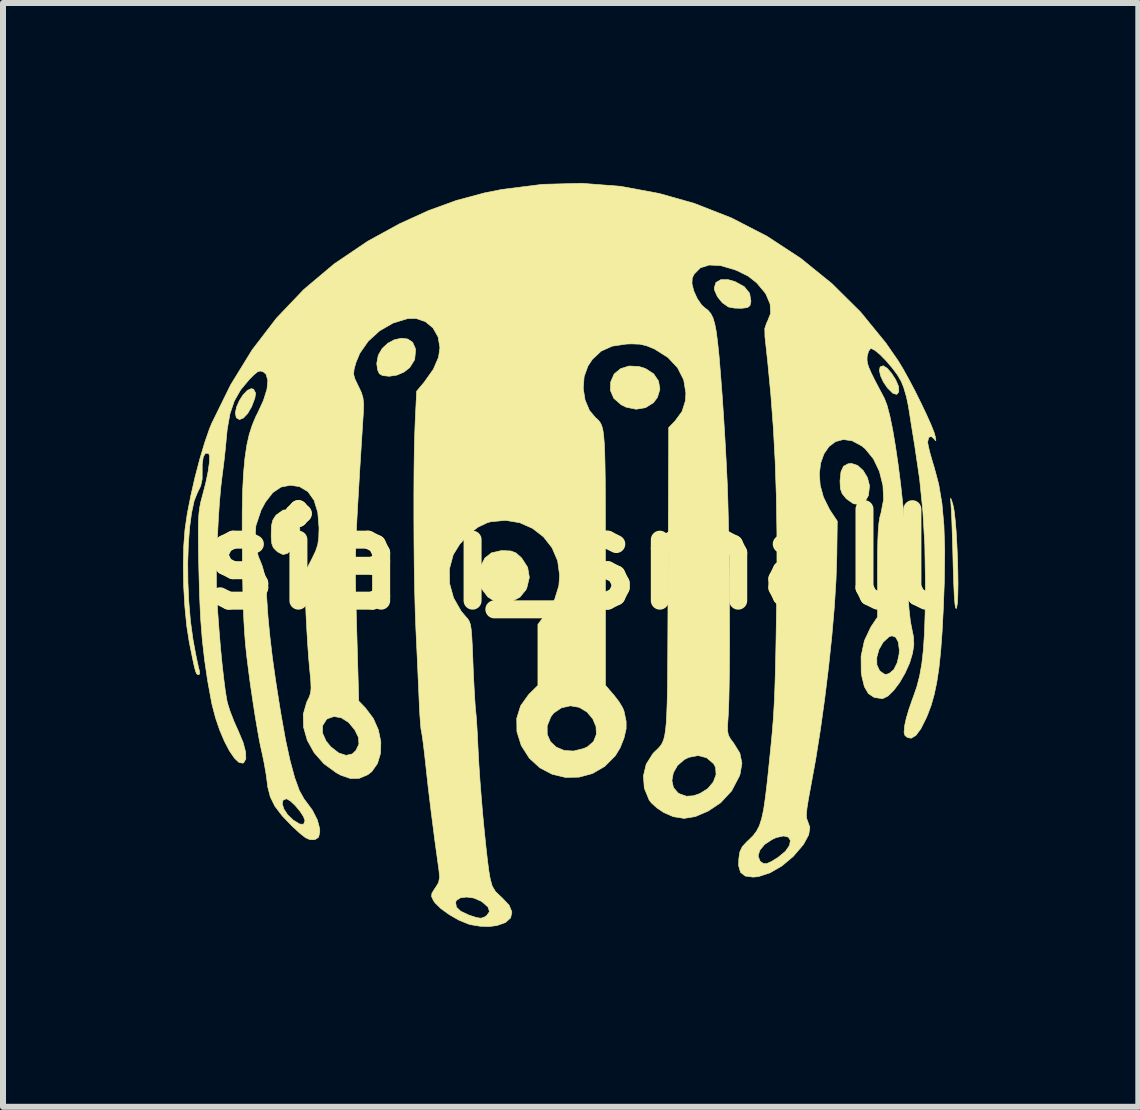
<source format=kicad_pcb>
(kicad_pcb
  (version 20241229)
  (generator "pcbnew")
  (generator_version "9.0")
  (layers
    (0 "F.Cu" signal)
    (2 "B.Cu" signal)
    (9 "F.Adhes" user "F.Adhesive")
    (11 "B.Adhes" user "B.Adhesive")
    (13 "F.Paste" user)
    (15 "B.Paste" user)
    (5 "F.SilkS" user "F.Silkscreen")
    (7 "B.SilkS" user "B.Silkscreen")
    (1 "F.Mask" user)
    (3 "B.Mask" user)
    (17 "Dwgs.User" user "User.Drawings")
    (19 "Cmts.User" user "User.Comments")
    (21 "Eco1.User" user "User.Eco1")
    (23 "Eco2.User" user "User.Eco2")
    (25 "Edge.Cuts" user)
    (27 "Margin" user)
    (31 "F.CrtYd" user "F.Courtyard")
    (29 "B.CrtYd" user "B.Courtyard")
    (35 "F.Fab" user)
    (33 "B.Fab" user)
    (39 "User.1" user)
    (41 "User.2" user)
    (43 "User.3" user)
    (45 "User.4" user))
  (footprint "siali_small"
    (layer "F.Cu")
    (at 6.459 6.271)
    (property "Reference" "siali_small" (at 0 0 0) (layer "F.SilkS") (effects (font (size 1.524 1.524) (thickness 0.3))))
    (attr through_hole)
    (fp_poly (pts (xy -5.282 -2.833) (xy -5.249 -2.77) (xy -5.261 -2.688) (xy -5.315 -2.544) (xy -5.382 -2.429) (xy -5.453 -2.354) (xy -5.519 -2.328) (xy -5.571 -2.36) (xy -5.571 -2.361) (xy -5.587 -2.438) (xy -5.566 -2.538) (xy -5.519 -2.646) (xy -5.456 -2.743) (xy -5.386 -2.815) (xy -5.32 -2.845) (xy -5.282 -2.833)) (stroke (width 0.01) (type solid)) (fill yes) (layer "F.SilkS"))
    (fp_poly (pts (xy 5.215 -3.223) (xy 5.277 -3.183) (xy 5.35 -3.099) (xy 5.418 -2.993) (xy 5.463 -2.888) (xy 5.467 -2.875) (xy 5.47 -2.789) (xy 5.436 -2.748) (xy 5.375 -2.765) (xy 5.369 -2.769) (xy 5.283 -2.854) (xy 5.214 -2.955) (xy 5.167 -3.057) (xy 5.147 -3.146) (xy 5.159 -3.206) (xy 5.208 -3.224) (xy 5.215 -3.223)) (stroke (width 0.01) (type solid)) (fill yes) (layer "F.SilkS"))
    (fp_poly (pts (xy 1.14 -3.213) (xy 1.248 -3.179) (xy 1.385 -3.09) (xy 1.466 -2.97) (xy 1.489 -2.835) (xy 1.448 -2.698) (xy 1.382 -2.61) (xy 1.25 -2.527) (xy 1.092 -2.501) (xy 0.926 -2.535) (xy 0.843 -2.576) (xy 0.72 -2.683) (xy 0.664 -2.816) (xy 0.669 -2.956) (xy 0.726 -3.087) (xy 0.833 -3.177) (xy 0.975 -3.221) (xy 1.14 -3.213)) (stroke (width 0.01) (type solid)) (fill yes) (layer "F.SilkS"))
    (fp_poly (pts (xy -2.714 -3.671) (xy -2.632 -3.616) (xy -2.587 -3.514) (xy -2.583 -3.486) (xy -2.598 -3.327) (xy -2.68 -3.196) (xy -2.778 -3.119) (xy -2.896 -3.069) (xy -3.023 -3.05) (xy -3.133 -3.062) (xy -3.186 -3.092) (xy -3.215 -3.155) (xy -3.229 -3.253) (xy -3.229 -3.27) (xy -3.204 -3.403) (xy -3.138 -3.515) (xy -3.043 -3.602) (xy -2.932 -3.66) (xy -2.818 -3.684) (xy -2.714 -3.671)) (stroke (width 0.01) (type solid)) (fill yes) (layer "F.SilkS"))
    (fp_poly (pts (xy 2.74 -4.628) (xy 2.895 -4.543) (xy 2.984 -4.433) (xy 3.006 -4.301) (xy 3.005 -4.293) (xy 2.989 -4.227) (xy 2.947 -4.195) (xy 2.857 -4.184) (xy 2.848 -4.183) (xy 2.734 -4.186) (xy 2.639 -4.203) (xy 2.627 -4.208) (xy 2.531 -4.274) (xy 2.448 -4.376) (xy 2.4 -4.484) (xy 2.395 -4.523) (xy 2.423 -4.613) (xy 2.503 -4.66) (xy 2.624 -4.661) (xy 2.74 -4.628)) (stroke (width 0.01) (type solid)) (fill yes) (layer "F.SilkS"))
    (fp_poly (pts (xy 4.784 -1.564) (xy 4.877 -1.479) (xy 4.948 -1.361) (xy 4.981 -1.231) (xy 4.982 -1.218) (xy 4.964 -1.063) (xy 4.906 -0.959) (xy 4.82 -0.912) (xy 4.714 -0.926) (xy 4.599 -1.007) (xy 4.591 -1.015) (xy 4.526 -1.095) (xy 4.497 -1.178) (xy 4.491 -1.297) (xy 4.491 -1.309) (xy 4.507 -1.459) (xy 4.549 -1.55) (xy 4.624 -1.591) (xy 4.683 -1.597) (xy 4.784 -1.564)) (stroke (width 0.01) (type solid)) (fill yes) (layer "F.SilkS"))
    (fp_poly (pts (xy -4.596 -0.776) (xy -4.532 -0.663) (xy -4.515 -0.598) (xy -4.511 -0.412) (xy -4.573 -0.251) (xy -4.636 -0.172) (xy -4.722 -0.096) (xy -4.793 -0.079) (xy -4.872 -0.117) (xy -4.904 -0.142) (xy -4.953 -0.193) (xy -4.979 -0.26) (xy -4.989 -0.365) (xy -4.989 -0.429) (xy -4.984 -0.564) (xy -4.962 -0.653) (xy -4.918 -0.723) (xy -4.901 -0.741) (xy -4.792 -0.819) (xy -4.687 -0.83) (xy -4.596 -0.776)) (stroke (width 0.01) (type solid)) (fill yes) (layer "F.SilkS"))
    (fp_poly (pts (xy -0.994 -0.138) (xy -0.912 -0.107) (xy -0.831 -0.036) (xy -0.812 -0.016) (xy -0.715 0.135) (xy -0.687 0.302) (xy -0.729 0.477) (xy -0.744 0.509) (xy -0.844 0.631) (xy -0.981 0.703) (xy -1.135 0.724) (xy -1.286 0.688) (xy -1.38 0.626) (xy -1.488 0.484) (xy -1.531 0.317) (xy -1.506 0.135) (xy -1.503 0.124) (xy -1.428 -0.021) (xy -1.318 -0.107) (xy -1.162 -0.143) (xy -1.111 -0.144) (xy -0.994 -0.138)) (stroke (width 0.01) (type solid)) (fill yes) (layer "F.SilkS"))
    (fp_poly (pts (xy 6.347 -0.992) (xy 6.373 -0.907) (xy 6.393 -0.807) (xy 6.41 -0.656) (xy 6.426 -0.467) (xy 6.438 -0.253) (xy 6.448 -0.028) (xy 6.454 0.196) (xy 6.457 0.405) (xy 6.454 0.585) (xy 6.448 0.723) (xy 6.435 0.806) (xy 6.431 0.819) (xy 6.417 0.813) (xy 6.406 0.743) (xy 6.395 0.607) (xy 6.386 0.404) (xy 6.377 0.131) (xy 6.374 0.015) (xy 6.368 -0.236) (xy 6.36 -0.47) (xy 6.353 -0.674) (xy 6.345 -0.836) (xy 6.338 -0.945) (xy 6.335 -0.98) (xy 6.333 -1.019) (xy 6.347 -0.992)) (stroke (width 0.01) (type solid)) (fill yes) (layer "F.SilkS"))
    (fp_poly (pts (xy 0.833 -6.216) (xy 1.476 -6.097) (xy 2.06 -5.932) (xy 2.681 -5.689) (xy 3.275 -5.383) (xy 3.835 -5.016) (xy 4.356 -4.594) (xy 4.832 -4.122) (xy 5.255 -3.604) (xy 5.463 -3.303) (xy 5.546 -3.165) (xy 5.642 -2.992) (xy 5.744 -2.798) (xy 5.843 -2.598) (xy 5.934 -2.407) (xy 6.009 -2.239) (xy 6.06 -2.11) (xy 6.077 -2.05) (xy 6.089 -1.982) (xy 6.079 -1.978) (xy 6.06 -2.006) (xy 6.009 -2.049) (xy 5.968 -2.029) (xy 5.951 -1.952) (xy 5.962 -1.886) (xy 5.99 -1.77) (xy 6.032 -1.624) (xy 6.059 -1.537) (xy 6.135 -1.253) (xy 6.189 -0.933) (xy 6.222 -0.568) (xy 6.236 -0.15) (xy 6.23 0.328) (xy 6.229 0.381) (xy 6.212 0.828) (xy 6.192 1.21) (xy 6.168 1.536) (xy 6.139 1.814) (xy 6.103 2.051) (xy 6.06 2.256) (xy 6.009 2.436) (xy 5.947 2.6) (xy 5.929 2.642) (xy 5.838 2.824) (xy 5.755 2.936) (xy 5.677 2.982) (xy 5.616 2.971) (xy 5.573 2.937) (xy 5.558 2.883) (xy 5.567 2.785) (xy 5.57 2.764) (xy 5.595 2.65) (xy 5.64 2.498) (xy 5.697 2.334) (xy 5.715 2.286) (xy 5.772 2.121) (xy 5.818 1.942) (xy 5.854 1.74) (xy 5.88 1.507) (xy 5.898 1.232) (xy 5.909 0.907) (xy 5.914 0.522) (xy 5.914 0.366) (xy 5.904 -0.234) (xy 5.872 -0.79) (xy 5.818 -1.332) (xy 5.737 -1.885) (xy 5.705 -2.082) (xy 5.673 -2.281) (xy 5.646 -2.455) (xy 5.631 -2.549) (xy 5.598 -2.708) (xy 5.551 -2.867) (xy 5.511 -2.965) (xy 5.448 -3.073) (xy 5.36 -3.191) (xy 5.26 -3.308) (xy 5.16 -3.41) (xy 5.073 -3.482) (xy 5.012 -3.513) (xy 5.001 -3.512) (xy 4.966 -3.468) (xy 4.943 -3.383) (xy 4.942 -3.371) (xy 4.941 -3.32) (xy 4.948 -3.267) (xy 4.969 -3.201) (xy 5.008 -3.111) (xy 5.069 -2.987) (xy 5.159 -2.816) (xy 5.229 -2.684) (xy 5.274 -2.568) (xy 5.321 -2.389) (xy 5.369 -2.157) (xy 5.415 -1.882) (xy 5.46 -1.574) (xy 5.502 -1.243) (xy 5.539 -0.899) (xy 5.569 -0.552) (xy 5.593 -0.211) (xy 5.608 0.114) (xy 5.611 0.2) (xy 5.623 0.546) (xy 5.64 0.824) (xy 5.663 1.032) (xy 5.685 1.146) (xy 5.716 1.298) (xy 5.721 1.424) (xy 5.7 1.563) (xy 5.7 1.563) (xy 5.651 1.728) (xy 5.576 1.895) (xy 5.485 2.053) (xy 5.386 2.185) (xy 5.29 2.279) (xy 5.205 2.321) (xy 5.193 2.322) (xy 5.06 2.302) (xy 4.963 2.238) (xy 4.897 2.124) (xy 4.854 1.949) (xy 4.844 1.883) (xy 4.842 1.637) (xy 5.103 1.637) (xy 5.105 1.76) (xy 5.149 1.854) (xy 5.169 1.872) (xy 5.226 1.912) (xy 5.261 1.919) (xy 5.312 1.901) (xy 5.314 1.901) (xy 5.388 1.838) (xy 5.445 1.723) (xy 5.476 1.578) (xy 5.479 1.512) (xy 5.463 1.381) (xy 5.419 1.299) (xy 5.354 1.275) (xy 5.306 1.293) (xy 5.208 1.384) (xy 5.139 1.505) (xy 5.103 1.637) (xy 4.842 1.637) (xy 4.842 1.615) (xy 4.897 1.357) (xy 5.004 1.13) (xy 5.008 1.124) (xy 5.116 0.962) (xy 5.116 0.179) (xy 5.117 -0.099) (xy 5.121 -0.316) (xy 5.128 -0.481) (xy 5.139 -0.605) (xy 5.154 -0.7) (xy 5.175 -0.776) (xy 5.175 -0.777) (xy 5.217 -0.997) (xy 5.206 -1.231) (xy 5.148 -1.463) (xy 5.048 -1.673) (xy 4.911 -1.841) (xy 4.853 -1.889) (xy 4.693 -1.975) (xy 4.546 -1.996) (xy 4.416 -1.961) (xy 4.307 -1.879) (xy 4.223 -1.757) (xy 4.168 -1.604) (xy 4.146 -1.427) (xy 4.16 -1.234) (xy 4.215 -1.034) (xy 4.314 -0.835) (xy 4.33 -0.809) (xy 4.445 -0.636) (xy 4.437 -0.047) (xy 4.424 0.346) (xy 4.396 0.794) (xy 4.354 1.282) (xy 4.3 1.795) (xy 4.236 2.319) (xy 4.164 2.838) (xy 4.085 3.336) (xy 4.003 3.786) (xy 3.964 3.997) (xy 3.94 4.148) (xy 3.93 4.252) (xy 3.934 4.318) (xy 3.948 4.357) (xy 3.988 4.468) (xy 3.969 4.591) (xy 3.89 4.738) (xy 3.873 4.763) (xy 3.711 4.952) (xy 3.523 5.11) (xy 3.325 5.225) (xy 3.133 5.288) (xy 3.042 5.297) (xy 2.911 5.279) (xy 2.833 5.218) (xy 2.801 5.107) (xy 2.804 4.993) (xy 2.811 4.946) (xy 3.125 4.946) (xy 3.158 5.03) (xy 3.164 5.036) (xy 3.213 5.071) (xy 3.27 5.072) (xy 3.352 5.035) (xy 3.459 4.968) (xy 3.582 4.866) (xy 3.649 4.769) (xy 3.664 4.687) (xy 3.63 4.631) (xy 3.549 4.611) (xy 3.427 4.638) (xy 3.364 4.667) (xy 3.234 4.752) (xy 3.153 4.85) (xy 3.125 4.946) (xy 2.811 4.946) (xy 2.822 4.875) (xy 2.862 4.79) (xy 2.939 4.706) (xy 2.972 4.676) (xy 3.043 4.606) (xy 3.1 4.531) (xy 3.147 4.441) (xy 3.184 4.325) (xy 3.217 4.174) (xy 3.246 3.977) (xy 3.276 3.725) (xy 3.298 3.52) (xy 3.324 3.263) (xy 3.346 3.043) (xy 3.364 2.849) (xy 3.378 2.671) (xy 3.389 2.496) (xy 3.399 2.316) (xy 3.406 2.117) (xy 3.413 1.891) (xy 3.419 1.626) (xy 3.425 1.311) (xy 3.431 0.936) (xy 3.432 0.889) (xy 3.44 0.185) (xy 3.439 -0.46) (xy 3.429 -1.061) (xy 3.41 -1.63) (xy 3.38 -2.182) (xy 3.339 -2.729) (xy 3.286 -3.285) (xy 3.24 -3.707) (xy 3.237 -3.846) (xy 3.27 -3.945) (xy 3.28 -3.96) (xy 3.334 -4.097) (xy 3.326 -4.254) (xy 3.258 -4.415) (xy 3.233 -4.452) (xy 3.104 -4.605) (xy 2.962 -4.718) (xy 2.778 -4.809) (xy 2.727 -4.829) (xy 2.499 -4.895) (xy 2.31 -4.904) (xy 2.163 -4.857) (xy 2.06 -4.753) (xy 2.028 -4.688) (xy 2.023 -4.594) (xy 2.054 -4.47) (xy 2.112 -4.343) (xy 2.185 -4.237) (xy 2.235 -4.192) (xy 2.29 -4.15) (xy 2.335 -4.098) (xy 2.372 -4.027) (xy 2.402 -3.929) (xy 2.428 -3.795) (xy 2.451 -3.616) (xy 2.475 -3.384) (xy 2.499 -3.089) (xy 2.503 -3.038) (xy 2.527 -2.725) (xy 2.551 -2.366) (xy 2.574 -1.99) (xy 2.594 -1.624) (xy 2.61 -1.295) (xy 2.612 -1.252) (xy 2.621 -0.99) (xy 2.629 -0.684) (xy 2.636 -0.345) (xy 2.642 0.018) (xy 2.646 0.393) (xy 2.648 0.772) (xy 2.649 1.144) (xy 2.649 1.499) (xy 2.647 1.826) (xy 2.643 2.117) (xy 2.638 2.36) (xy 2.631 2.545) (xy 2.627 2.613) (xy 2.617 2.763) (xy 2.617 2.863) (xy 2.631 2.932) (xy 2.663 2.991) (xy 2.716 3.061) (xy 2.821 3.23) (xy 2.856 3.399) (xy 2.825 3.58) (xy 2.813 3.614) (xy 2.684 3.86) (xy 2.502 4.057) (xy 2.292 4.197) (xy 2.081 4.287) (xy 1.893 4.318) (xy 1.713 4.29) (xy 1.555 4.221) (xy 1.441 4.145) (xy 1.345 4.058) (xy 1.31 4.012) (xy 1.229 3.815) (xy 1.22 3.688) (xy 1.689 3.688) (xy 1.715 3.805) (xy 1.792 3.895) (xy 1.817 3.909) (xy 1.931 3.949) (xy 2.045 3.942) (xy 2.154 3.905) (xy 2.286 3.823) (xy 2.379 3.712) (xy 2.425 3.589) (xy 2.417 3.469) (xy 2.385 3.408) (xy 2.267 3.307) (xy 2.125 3.271) (xy 1.969 3.301) (xy 1.894 3.339) (xy 1.781 3.438) (xy 1.712 3.56) (xy 1.689 3.688) (xy 1.22 3.688) (xy 1.214 3.611) (xy 1.261 3.415) (xy 1.37 3.242) (xy 1.394 3.216) (xy 1.436 3.176) (xy 1.472 3.14) (xy 1.503 3.103) (xy 1.529 3.061) (xy 1.551 3.007) (xy 1.569 2.937) (xy 1.583 2.846) (xy 1.595 2.727) (xy 1.603 2.576) (xy 1.61 2.388) (xy 1.615 2.157) (xy 1.618 1.878) (xy 1.62 1.545) (xy 1.622 1.155) (xy 1.624 0.7) (xy 1.626 0.363) (xy 1.636 -2.195) (xy 1.741 -2.304) (xy 1.858 -2.463) (xy 1.914 -2.641) (xy 1.922 -2.769) (xy 1.886 -2.99) (xy 1.784 -3.191) (xy 1.622 -3.364) (xy 1.405 -3.501) (xy 1.385 -3.511) (xy 1.263 -3.56) (xy 1.152 -3.585) (xy 1.018 -3.59) (xy 0.928 -3.587) (xy 0.694 -3.552) (xy 0.51 -3.469) (xy 0.364 -3.333) (xy 0.289 -3.22) (xy 0.226 -3.044) (xy 0.211 -2.849) (xy 0.242 -2.653) (xy 0.315 -2.48) (xy 0.417 -2.359) (xy 0.451 -2.33) (xy 0.479 -2.3) (xy 0.503 -2.263) (xy 0.523 -2.214) (xy 0.54 -2.146) (xy 0.552 -2.055) (xy 0.562 -1.933) (xy 0.569 -1.777) (xy 0.574 -1.579) (xy 0.578 -1.335) (xy 0.579 -1.039) (xy 0.58 -0.684) (xy 0.581 -0.266) (xy 0.581 -0.004) (xy 0.581 2.1) (xy 0.726 2.268) (xy 0.808 2.375) (xy 0.869 2.477) (xy 0.891 2.533) (xy 0.912 2.634) (xy 0.926 2.701) (xy 0.926 2.827) (xy 0.889 2.984) (xy 0.825 3.144) (xy 0.746 3.274) (xy 0.569 3.452) (xy 0.364 3.571) (xy 0.141 3.631) (xy -0.086 3.635) (xy -0.308 3.582) (xy -0.512 3.475) (xy -0.687 3.315) (xy -0.822 3.103) (xy -0.822 3.103) (xy -0.894 2.873) (xy -0.895 2.778) (xy -0.39 2.778) (xy -0.389 2.919) (xy -0.335 3.04) (xy -0.238 3.131) (xy -0.107 3.186) (xy 0.049 3.196) (xy 0.219 3.154) (xy 0.284 3.124) (xy 0.384 3.036) (xy 0.43 2.918) (xy 0.424 2.787) (xy 0.37 2.658) (xy 0.272 2.544) (xy 0.144 2.467) (xy -0.004 2.442) (xy -0.153 2.476) (xy -0.28 2.562) (xy -0.328 2.624) (xy -0.39 2.778) (xy -0.895 2.778) (xy -0.897 2.65) (xy -0.832 2.442) (xy -0.7 2.257) (xy -0.686 2.242) (xy -0.544 2.102) (xy -0.544 1.085) (xy -0.403 0.897) (xy -0.266 0.671) (xy -0.195 0.441) (xy -0.182 0.27) (xy -0.215 0.026) (xy -0.308 -0.191) (xy -0.451 -0.374) (xy -0.635 -0.516) (xy -0.849 -0.61) (xy -1.083 -0.649) (xy -1.328 -0.626) (xy -1.387 -0.61) (xy -1.546 -0.534) (xy -1.706 -0.407) (xy -1.848 -0.25) (xy -1.951 -0.083) (xy -1.958 -0.067) (xy -2.02 0.164) (xy -2.016 0.405) (xy -1.95 0.643) (xy -1.825 0.863) (xy -1.748 0.954) (xy -1.714 0.992) (xy -1.689 1.032) (xy -1.67 1.085) (xy -1.657 1.162) (xy -1.647 1.275) (xy -1.638 1.435) (xy -1.629 1.653) (xy -1.627 1.716) (xy -1.618 1.939) (xy -1.607 2.147) (xy -1.597 2.324) (xy -1.588 2.457) (xy -1.582 2.522) (xy -1.573 2.611) (xy -1.563 2.755) (xy -1.552 2.935) (xy -1.543 3.135) (xy -1.54 3.193) (xy -1.528 3.416) (xy -1.511 3.673) (xy -1.489 3.952) (xy -1.465 4.24) (xy -1.438 4.522) (xy -1.411 4.785) (xy -1.385 5.016) (xy -1.361 5.201) (xy -1.34 5.322) (xy -1.306 5.446) (xy -1.251 5.538) (xy -1.155 5.63) (xy -1.141 5.642) (xy -1.025 5.764) (xy -0.978 5.878) (xy -0.999 5.976) (xy -1.084 6.054) (xy -1.231 6.105) (xy -1.355 6.12) (xy -1.504 6.116) (xy -1.657 6.091) (xy -1.705 6.078) (xy -1.861 6.014) (xy -2.018 5.924) (xy -2.158 5.824) (xy -2.258 5.727) (xy -2.264 5.718) (xy -1.916 5.718) (xy -1.902 5.797) (xy -1.832 5.865) (xy -1.698 5.928) (xy -1.679 5.935) (xy -1.565 5.972) (xy -1.493 5.982) (xy -1.438 5.964) (xy -1.398 5.938) (xy -1.351 5.872) (xy -1.375 5.797) (xy -1.469 5.713) (xy -1.496 5.696) (xy -1.611 5.646) (xy -1.731 5.629) (xy -1.835 5.642) (xy -1.902 5.684) (xy -1.916 5.718) (xy -2.264 5.718) (xy -2.284 5.69) (xy -2.316 5.621) (xy -2.311 5.566) (xy -2.265 5.492) (xy -2.254 5.477) (xy -2.2 5.389) (xy -2.183 5.302) (xy -2.192 5.194) (xy -2.26 4.701) (xy -2.321 4.227) (xy -2.374 3.79) (xy -2.413 3.433) (xy -2.434 3.242) (xy -2.454 3.076) (xy -2.471 2.951) (xy -2.483 2.878) (xy -2.486 2.865) (xy -2.494 2.821) (xy -2.503 2.718) (xy -2.513 2.573) (xy -2.522 2.398) (xy -2.523 2.372) (xy -2.531 2.181) (xy -2.542 1.94) (xy -2.554 1.671) (xy -2.567 1.394) (xy -2.578 1.161) (xy -2.589 0.867) (xy -2.598 0.523) (xy -2.605 0.142) (xy -2.609 -0.261) (xy -2.611 -0.672) (xy -2.611 -1.077) (xy -2.609 -1.463) (xy -2.604 -1.814) (xy -2.596 -2.117) (xy -2.589 -2.302) (xy -2.565 -2.801) (xy -2.441 -2.949) (xy -2.287 -3.166) (xy -2.2 -3.367) (xy -2.177 -3.527) (xy -2.208 -3.707) (xy -2.293 -3.856) (xy -2.42 -3.961) (xy -2.578 -4.014) (xy -2.718 -4.011) (xy -2.96 -3.936) (xy -3.183 -3.807) (xy -3.372 -3.635) (xy -3.513 -3.433) (xy -3.578 -3.276) (xy -3.608 -3.164) (xy -3.616 -3.087) (xy -3.597 -3.012) (xy -3.549 -2.91) (xy -3.536 -2.885) (xy -3.487 -2.781) (xy -3.46 -2.692) (xy -3.449 -2.595) (xy -3.452 -2.461) (xy -3.457 -2.388) (xy -3.486 -1.926) (xy -3.511 -1.528) (xy -3.531 -1.187) (xy -3.548 -0.894) (xy -3.562 -0.642) (xy -3.572 -0.422) (xy -3.579 -0.226) (xy -3.583 -0.047) (xy -3.585 0.125) (xy -3.585 0.295) (xy -3.582 0.474) (xy -3.578 0.668) (xy -3.572 0.886) (xy -3.565 1.135) (xy -3.565 1.136) (xy -3.53 2.363) (xy -3.418 2.479) (xy -3.288 2.651) (xy -3.203 2.843) (xy -3.162 3.042) (xy -3.167 3.233) (xy -3.218 3.404) (xy -3.314 3.54) (xy -3.381 3.591) (xy -3.523 3.651) (xy -3.667 3.654) (xy -3.83 3.598) (xy -3.905 3.557) (xy -4.111 3.407) (xy -4.274 3.222) (xy -4.388 3.016) (xy -4.422 2.896) (xy -4.134 2.896) (xy -4.075 3.029) (xy -3.996 3.125) (xy -3.864 3.228) (xy -3.742 3.268) (xy -3.637 3.244) (xy -3.576 3.185) (xy -3.527 3.079) (xy -3.535 2.968) (xy -3.596 2.843) (xy -3.7 2.718) (xy -3.82 2.642) (xy -3.942 2.62) (xy -4.05 2.656) (xy -4.07 2.673) (xy -4.133 2.773) (xy -4.134 2.896) (xy -4.422 2.896) (xy -4.45 2.798) (xy -4.455 2.583) (xy -4.397 2.38) (xy -4.386 2.358) (xy -4.352 2.288) (xy -4.332 2.223) (xy -4.325 2.146) (xy -4.329 2.039) (xy -4.343 1.883) (xy -4.349 1.822) (xy -4.365 1.643) (xy -4.381 1.417) (xy -4.396 1.167) (xy -4.409 0.92) (xy -4.412 0.833) (xy -4.436 0.233) (xy -4.314 -0.001) (xy -4.25 -0.133) (xy -4.214 -0.241) (xy -4.197 -0.357) (xy -4.192 -0.512) (xy -4.192 -0.526) (xy -4.213 -0.783) (xy -4.275 -0.984) (xy -4.377 -1.127) (xy -4.517 -1.211) (xy -4.668 -1.234) (xy -4.825 -1.204) (xy -4.963 -1.111) (xy -5.086 -0.952) (xy -5.158 -0.818) (xy -5.245 -0.558) (xy -5.261 -0.301) (xy -5.205 -0.051) (xy -5.175 0.021) (xy -5.135 0.122) (xy -5.106 0.233) (xy -5.085 0.373) (xy -5.069 0.56) (xy -5.063 0.656) (xy -5.042 0.966) (xy -5.011 1.287) (xy -4.97 1.633) (xy -4.916 2.018) (xy -4.847 2.457) (xy -4.827 2.579) (xy -4.751 3.005) (xy -4.674 3.359) (xy -4.597 3.642) (xy -4.52 3.854) (xy -4.441 3.996) (xy -4.422 4.02) (xy -4.303 4.181) (xy -4.22 4.344) (xy -4.181 4.491) (xy -4.18 4.547) (xy -4.199 4.631) (xy -4.25 4.667) (xy -4.291 4.674) (xy -4.351 4.67) (xy -4.419 4.639) (xy -4.507 4.57) (xy -4.63 4.457) (xy -4.631 4.457) (xy -4.805 4.276) (xy -4.927 4.116) (xy -4.946 4.078) (xy -4.805 4.078) (xy -4.777 4.164) (xy -4.715 4.258) (xy -4.622 4.346) (xy -4.618 4.349) (xy -4.514 4.413) (xy -4.45 4.416) (xy -4.427 4.36) (xy -4.427 4.354) (xy -4.451 4.288) (xy -4.51 4.198) (xy -4.588 4.105) (xy -4.667 4.03) (xy -4.729 3.993) (xy -4.737 3.991) (xy -4.793 4.016) (xy -4.805 4.078) (xy -4.946 4.078) (xy -5.004 3.96) (xy -5.047 3.793) (xy -5.056 3.717) (xy -5.075 3.576) (xy -5.106 3.398) (xy -5.144 3.216) (xy -5.154 3.173) (xy -5.183 3.037) (xy -5.217 2.846) (xy -5.256 2.616) (xy -5.295 2.364) (xy -5.333 2.106) (xy -5.341 2.05) (xy -5.372 1.813) (xy -5.398 1.605) (xy -5.418 1.412) (xy -5.433 1.22) (xy -5.445 1.016) (xy -5.454 0.786) (xy -5.461 0.515) (xy -5.467 0.19) (xy -5.468 0.072) (xy -5.473 -0.396) (xy -5.472 -0.799) (xy -5.465 -1.143) (xy -5.45 -1.436) (xy -5.427 -1.686) (xy -5.396 -1.898) (xy -5.355 -2.081) (xy -5.303 -2.241) (xy -5.242 -2.386) (xy -5.218 -2.431) (xy -5.118 -2.648) (xy -5.06 -2.833) (xy -5.045 -2.98) (xy -5.074 -3.082) (xy -5.115 -3.12) (xy -5.165 -3.138) (xy -5.213 -3.127) (xy -5.276 -3.076) (xy -5.351 -3.001) (xy -5.498 -2.825) (xy -5.604 -2.639) (xy -5.676 -2.426) (xy -5.722 -2.168) (xy -5.734 -2.047) (xy -5.752 -1.853) (xy -5.773 -1.657) (xy -5.794 -1.488) (xy -5.804 -1.413) (xy -5.828 -1.213) (xy -5.851 -0.958) (xy -5.87 -0.669) (xy -5.886 -0.363) (xy -5.897 -0.059) (xy -5.903 0.224) (xy -5.902 0.467) (xy -5.898 0.599) (xy -5.88 0.888) (xy -5.858 1.185) (xy -5.834 1.477) (xy -5.807 1.751) (xy -5.779 1.997) (xy -5.753 2.2) (xy -5.728 2.35) (xy -5.716 2.402) (xy -5.675 2.532) (xy -5.613 2.693) (xy -5.542 2.853) (xy -5.536 2.866) (xy -5.456 3.057) (xy -5.415 3.214) (xy -5.412 3.328) (xy -5.449 3.392) (xy -5.461 3.398) (xy -5.526 3.386) (xy -5.602 3.314) (xy -5.685 3.193) (xy -5.769 3.032) (xy -5.849 2.843) (xy -5.919 2.636) (xy -5.975 2.421) (xy -5.984 2.377) (xy -6.049 2.021) (xy -6.099 1.681) (xy -6.138 1.339) (xy -6.166 0.978) (xy -6.184 0.578) (xy -6.195 0.162) (xy -6.201 -0.127) (xy -6.203 -0.355) (xy -6.203 -0.532) (xy -6.2 -0.67) (xy -6.192 -0.778) (xy -6.18 -0.869) (xy -6.163 -0.954) (xy -6.14 -1.042) (xy -6.132 -1.071) (xy -6.078 -1.28) (xy -6.04 -1.465) (xy -6.019 -1.616) (xy -6.016 -1.72) (xy -6.032 -1.765) (xy -6.085 -1.768) (xy -6.121 -1.706) (xy -6.139 -1.587) (xy -6.139 -1.483) (xy -6.14 -1.335) (xy -6.164 -1.223) (xy -6.217 -1.113) (xy -6.218 -1.112) (xy -6.273 -0.975) (xy -6.316 -0.777) (xy -6.349 -0.531) (xy -6.37 -0.248) (xy -6.38 0.062) (xy -6.377 0.386) (xy -6.362 0.713) (xy -6.335 1.031) (xy -6.294 1.329) (xy -6.282 1.397) (xy -6.251 1.564) (xy -6.221 1.71) (xy -6.198 1.815) (xy -6.185 1.86) (xy -6.182 1.912) (xy -6.2 1.923) (xy -6.219 1.92) (xy -6.234 1.904) (xy -6.25 1.864) (xy -6.27 1.79) (xy -6.296 1.671) (xy -6.331 1.497) (xy -6.355 1.379) (xy -6.397 1.109) (xy -6.428 0.791) (xy -6.448 0.448) (xy -6.454 0.103) (xy -6.447 -0.22) (xy -6.426 -0.497) (xy -6.388 -0.759) (xy -6.33 -1.054) (xy -6.26 -1.363) (xy -6.18 -1.667) (xy -6.097 -1.946) (xy -6.015 -2.182) (xy -5.979 -2.268) (xy -5.665 -2.907) (xy -5.306 -3.491) (xy -4.9 -4.02) (xy -4.445 -4.497) (xy -3.939 -4.923) (xy -3.38 -5.301) (xy -2.849 -5.592) (xy -2.366 -5.812) (xy -1.901 -5.981) (xy -1.434 -6.106) (xy -1.143 -6.164) (xy -0.468 -6.249) (xy 0.188 -6.266) (xy 0.833 -6.216)) (stroke (width 0.01) (type solid)) (fill yes) (layer "F.SilkS")))
  (gr_rect
    (start -3 -3)
    (end 15.921 15.396)
    (stroke (width 0.1) (type default))
    (fill no)
    (layer "Edge.Cuts")))
</source>
